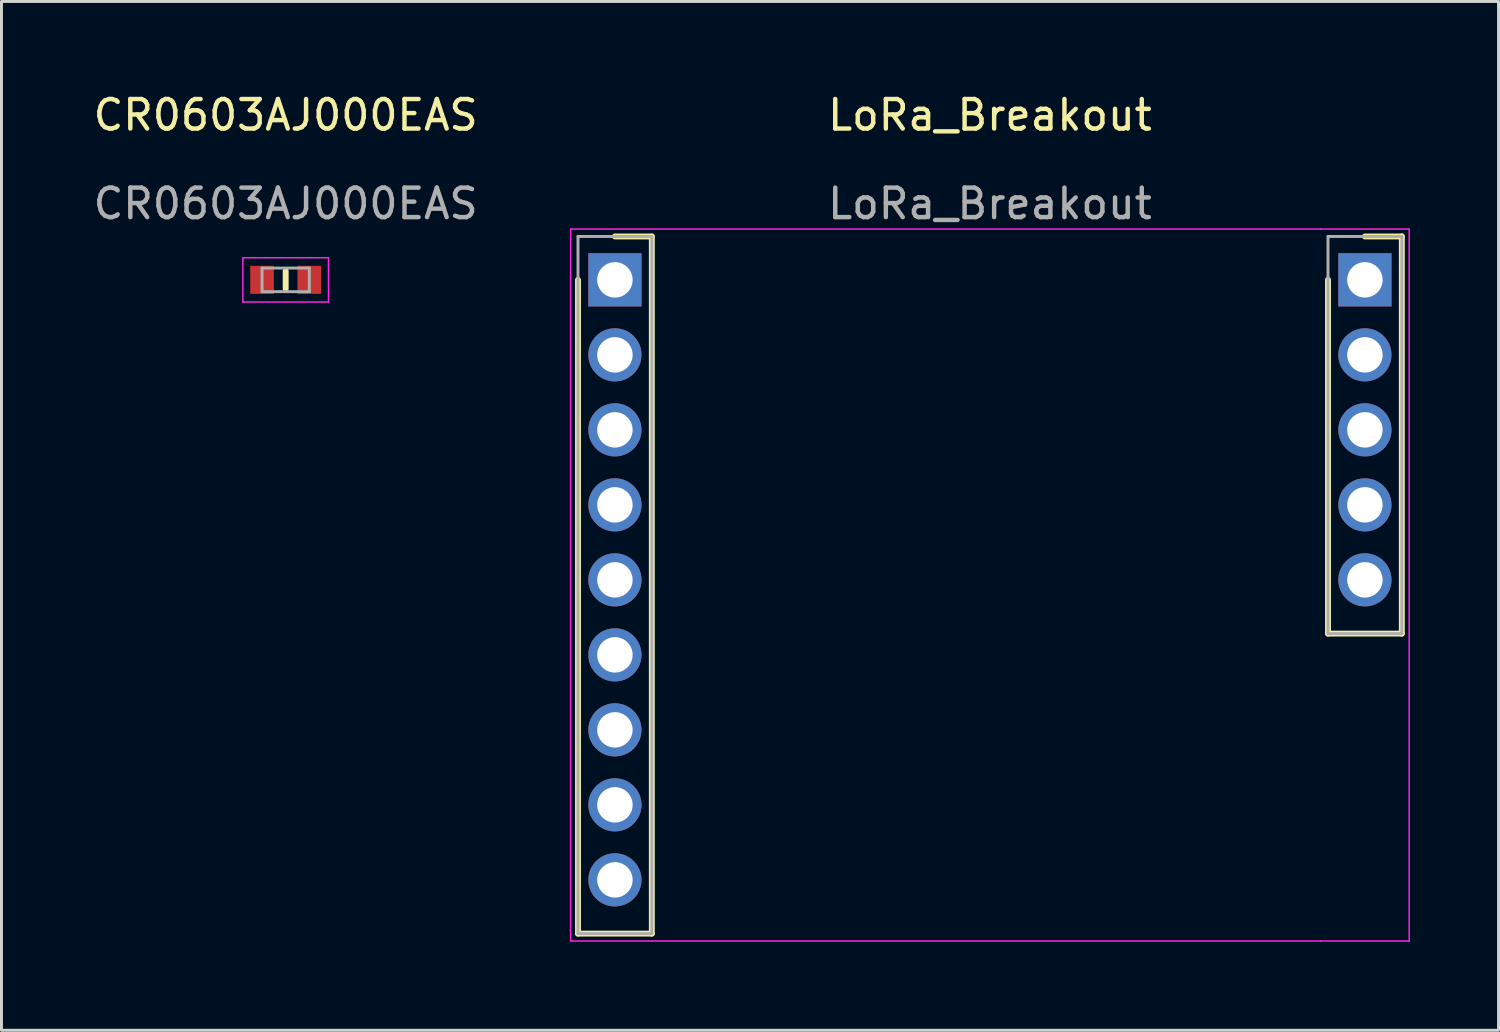
<source format=kicad_pcb>
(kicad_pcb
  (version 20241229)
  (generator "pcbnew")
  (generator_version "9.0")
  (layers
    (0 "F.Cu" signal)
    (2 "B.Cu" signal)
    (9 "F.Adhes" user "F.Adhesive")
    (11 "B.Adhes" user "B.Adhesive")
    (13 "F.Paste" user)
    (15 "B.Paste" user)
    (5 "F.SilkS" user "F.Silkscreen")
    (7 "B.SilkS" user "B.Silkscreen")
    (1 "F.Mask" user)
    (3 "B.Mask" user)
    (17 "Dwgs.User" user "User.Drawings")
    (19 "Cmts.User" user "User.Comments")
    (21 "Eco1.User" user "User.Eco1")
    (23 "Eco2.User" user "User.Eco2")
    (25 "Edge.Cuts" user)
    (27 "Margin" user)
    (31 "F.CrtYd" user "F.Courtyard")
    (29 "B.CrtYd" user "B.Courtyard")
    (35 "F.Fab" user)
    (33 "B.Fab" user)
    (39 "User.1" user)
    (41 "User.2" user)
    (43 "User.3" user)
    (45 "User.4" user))
  (footprint "LoRa_Breakout"
    (layer "F.Cu")
    (at 30.475 1.348)
    (property "Reference" "LoRa_Breakout" (at 0 -0.5 0) (unlocked yes) (layer "F.SilkS") (effects (font (size 1 1) (thickness 0.15))))
    (attr through_hole)
    (fp_line (start -13.95 5.08) (end -13.95 27.22) (stroke (width 0.2) (type solid)) (layer "F.SilkS"))
    (fp_line (start -13.95 27.22) (end -11.45 27.22) (stroke (width 0.2) (type solid)) (layer "F.SilkS"))
    (fp_line (start -11.45 3.61) (end -12.7 3.61) (stroke (width 0.2) (type solid)) (layer "F.SilkS"))
    (fp_line (start -11.45 27.22) (end -11.45 3.61) (stroke (width 0.2) (type solid)) (layer "F.SilkS"))
    (fp_line (start 11.45 5.08) (end 11.45 17.06) (stroke (width 0.2) (type solid)) (layer "F.SilkS"))
    (fp_line (start 11.45 17.06) (end 13.95 17.06) (stroke (width 0.2) (type solid)) (layer "F.SilkS"))
    (fp_line (start 13.95 3.61) (end 12.7 3.61) (stroke (width 0.2) (type solid)) (layer "F.SilkS"))
    (fp_line (start 13.95 17.06) (end 13.95 3.61) (stroke (width 0.2) (type solid)) (layer "F.SilkS"))
    (fp_line (start -14.2 3.36) (end 11.2 3.36) (stroke (width 0.05) (type solid)) (layer "F.CrtYd"))
    (fp_line (start -14.2 27.47) (end -14.2 3.36) (stroke (width 0.05) (type solid)) (layer "F.CrtYd"))
    (fp_line (start 11.2 3.36) (end 14.2 3.36) (stroke (width 0.05) (type solid)) (layer "F.CrtYd"))
    (fp_line (start 11.2 27.47) (end -14.2 27.47) (stroke (width 0.05) (type solid)) (layer "F.CrtYd"))
    (fp_line (start 14.2 3.36) (end 14.2 27.47) (stroke (width 0.05) (type solid)) (layer "F.CrtYd"))
    (fp_line (start 14.2 27.47) (end 11.2 27.47) (stroke (width 0.05) (type solid)) (layer "F.CrtYd"))
    (fp_line (start -13.95 3.61) (end -11.45 3.61) (stroke (width 0.1) (type solid)) (layer "F.Fab"))
    (fp_line (start -13.95 27.22) (end -13.95 3.61) (stroke (width 0.1) (type solid)) (layer "F.Fab"))
    (fp_line (start -11.45 3.61) (end -11.45 27.22) (stroke (width 0.1) (type solid)) (layer "F.Fab"))
    (fp_line (start -11.45 27.22) (end -13.95 27.22) (stroke (width 0.1) (type solid)) (layer "F.Fab"))
    (fp_line (start 11.45 3.61) (end 13.95 3.61) (stroke (width 0.1) (type solid)) (layer "F.Fab"))
    (fp_line (start 11.45 17.06) (end 11.45 3.61) (stroke (width 0.1) (type solid)) (layer "F.Fab"))
    (fp_line (start 13.95 3.61) (end 13.95 17.06) (stroke (width 0.1) (type solid)) (layer "F.Fab"))
    (fp_line (start 13.95 17.06) (end 11.45 17.06) (stroke (width 0.1) (type solid)) (layer "F.Fab"))
    (fp_text user "${REFERENCE}" (at 0 2.5 0) (unlocked yes) (layer "F.Fab") (effects (font (size 1 1) (thickness 0.15))))
    (pad "1" thru_hole rect (at -12.7 5.08 270) (size 1.8 1.8) (drill 1.2) (layers "*.Cu" "*.Mask"))
    (pad "2" thru_hole circle (at -12.7 7.62 270) (size 1.8 1.8) (drill 1.2) (layers "*.Cu" "*.Mask"))
    (pad "3" thru_hole circle (at -12.7 10.16 270) (size 1.8 1.8) (drill 1.2) (layers "*.Cu" "*.Mask"))
    (pad "4" thru_hole circle (at -12.7 12.7 270) (size 1.8 1.8) (drill 1.2) (layers "*.Cu" "*.Mask"))
    (pad "5" thru_hole circle (at -12.7 15.24 270) (size 1.8 1.8) (drill 1.2) (layers "*.Cu" "*.Mask"))
    (pad "6" thru_hole circle (at -12.7 17.78 270) (size 1.8 1.8) (drill 1.2) (layers "*.Cu" "*.Mask"))
    (pad "7" thru_hole circle (at -12.7 20.32 270) (size 1.8 1.8) (drill 1.2) (layers "*.Cu" "*.Mask"))
    (pad "8" thru_hole circle (at -12.7 22.86 270) (size 1.8 1.8) (drill 1.2) (layers "*.Cu" "*.Mask"))
    (pad "9" thru_hole circle (at -12.7 25.4 270) (size 1.8 1.8) (drill 1.2) (layers "*.Cu" "*.Mask"))
    (pad "10" thru_hole rect (at 12.7 5.08 270) (size 1.8 1.8) (drill 1.2) (layers "*.Cu" "*.Mask"))
    (pad "11" thru_hole circle (at 12.7 7.62 270) (size 1.8 1.8) (drill 1.2) (layers "*.Cu" "*.Mask"))
    (pad "12" thru_hole circle (at 12.7 10.16 270) (size 1.8 1.8) (drill 1.2) (layers "*.Cu" "*.Mask"))
    (pad "13" thru_hole circle (at 12.7 12.7 270) (size 1.8 1.8) (drill 1.2) (layers "*.Cu" "*.Mask"))
    (pad "14" thru_hole circle (at 12.7 15.24 270) (size 1.8 1.8) (drill 1.2) (layers "*.Cu" "*.Mask")))
  (footprint "CR0603AJ000EAS"
    (layer "F.Cu")
    (at 6.625 1.348)
    (property "Reference" "CR0603AJ000EAS" (at 0 -0.5 0) (unlocked yes) (layer "F.SilkS") (effects (font (size 1 1) (thickness 0.15))))
    (attr smd)
    (fp_line (start 0 4.78) (end 0 5.38) (stroke (width 0.2) (type solid)) (layer "F.SilkS"))
    (fp_line (start -1.45 4.33) (end 1.45 4.33) (stroke (width 0.05) (type solid)) (layer "F.CrtYd"))
    (fp_line (start -1.45 5.83) (end -1.45 4.33) (stroke (width 0.05) (type solid)) (layer "F.CrtYd"))
    (fp_line (start 1.45 4.33) (end 1.45 5.83) (stroke (width 0.05) (type solid)) (layer "F.CrtYd"))
    (fp_line (start 1.45 5.83) (end -1.45 5.83) (stroke (width 0.05) (type solid)) (layer "F.CrtYd"))
    (fp_line (start -0.8 4.68) (end 0.8 4.68) (stroke (width 0.1) (type solid)) (layer "F.Fab"))
    (fp_line (start -0.8 5.48) (end -0.8 4.68) (stroke (width 0.1) (type solid)) (layer "F.Fab"))
    (fp_line (start 0.8 4.68) (end 0.8 5.48) (stroke (width 0.1) (type solid)) (layer "F.Fab"))
    (fp_line (start 0.8 5.48) (end -0.8 5.48) (stroke (width 0.1) (type solid)) (layer "F.Fab"))
    (fp_text user "${REFERENCE}" (at 0 2.5 0) (unlocked yes) (layer "F.Fab") (effects (font (size 1 1) (thickness 0.15))))
    (pad "1" smd rect (at -0.8 5.08) (size 0.8 0.95) (layers "F.Cu" "F.Mask" "F.Paste"))
    (pad "2" smd rect (at 0.8 5.08) (size 0.8 0.95) (layers "F.Cu" "F.Mask" "F.Paste")))
  (gr_rect
    (start -3 -3)
    (end 47.7 31.843)
    (stroke (width 0.1) (type default))
    (fill no)
    (layer "Edge.Cuts")))
</source>
